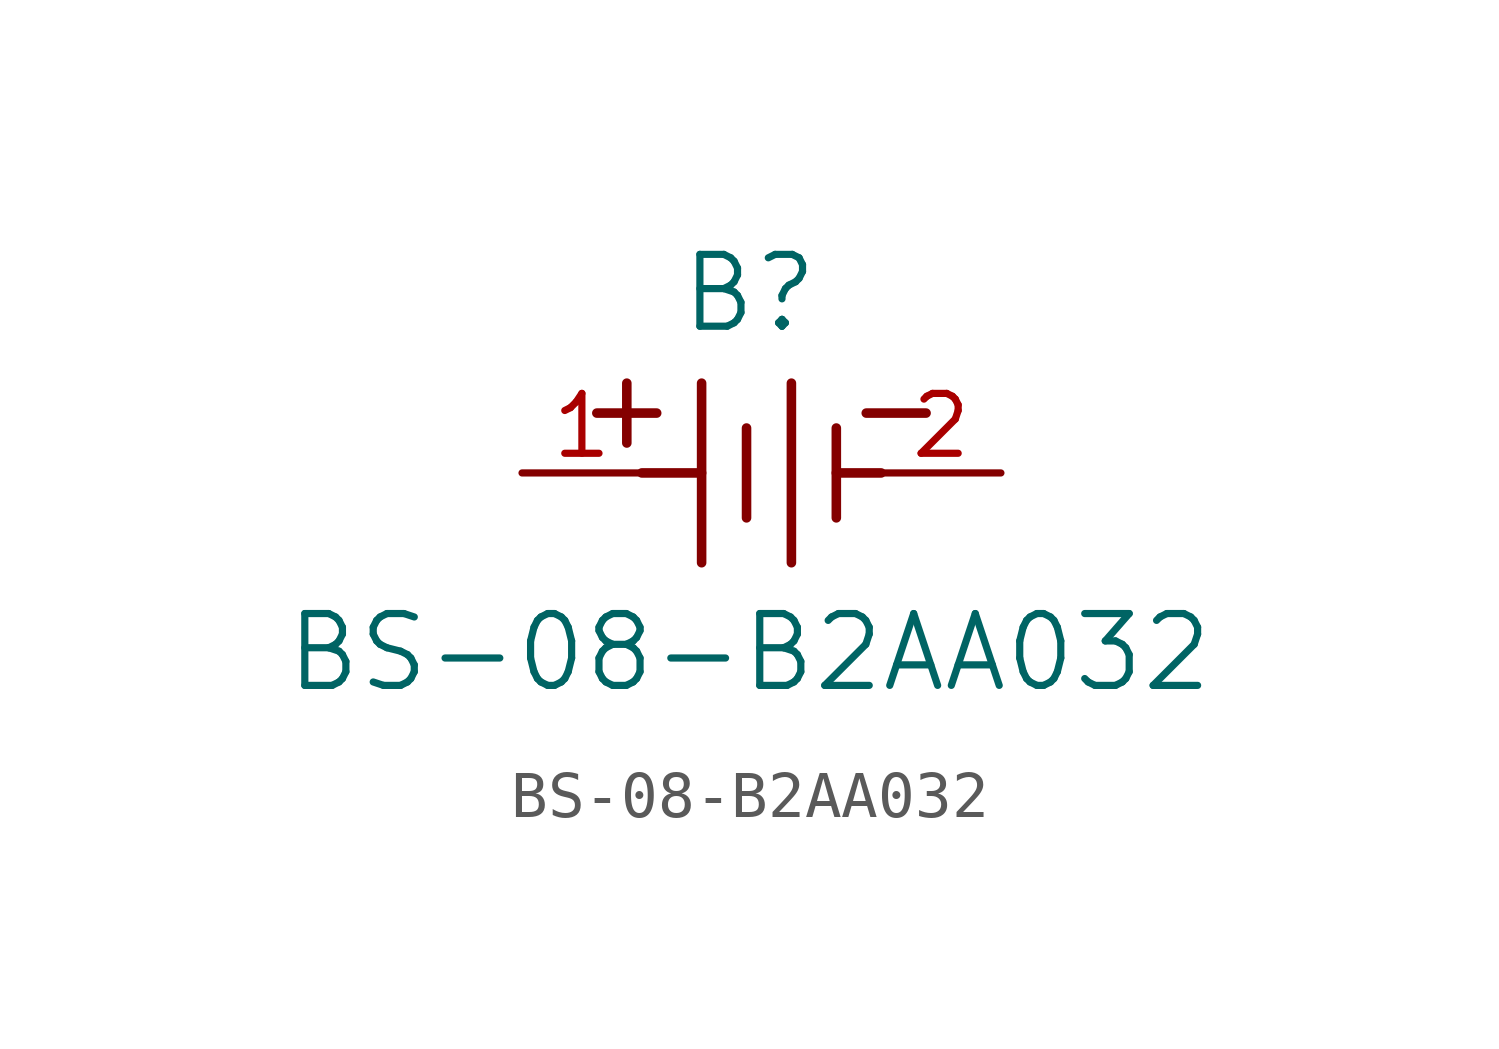
<source format=kicad_sym>
(kicad_symbol_lib
  (version 20211014)
  (generator kicad_symbol_editor)
  (symbol "BS-08-B2AA032"
    (pin_names
      (offset 0.254))
    (property "Reference" "B"
      (at 4.826 3.81 0)
      (effects (font (size 1.524 1.524))))
    (property "Value" "BS-08-B2AA032"
      (at 4.826 -3.81 0)
      (effects (font (size 1.524 1.524))))
    (symbol "BS-08-B2AA032_0_1"
      (polyline (pts (xy 2.223 0.635) (xy 2.223 1.905)) (stroke (width 0.203) (type default) (color 0 0 0 0)) (fill (type none)))
      (polyline (pts (xy 6.668 0) (xy 7.62 0)) (stroke (width 0.203) (type default) (color 0 0 0 0)) (fill (type none)))
      (polyline (pts (xy 3.81 -1.905) (xy 3.81 1.905)) (stroke (width 0.203) (type default) (color 0 0 0 0)) (fill (type none)))
      (polyline (pts (xy 1.587 1.27) (xy 2.857 1.27)) (stroke (width 0.203) (type default) (color 0 0 0 0)) (fill (type none)))
      (polyline (pts (xy 2.54 0) (xy 3.81 0)) (stroke (width 0.203) (type default) (color 0 0 0 0)) (fill (type none)))
      (polyline (pts (xy 5.715 -1.905) (xy 5.715 1.905)) (stroke (width 0.203) (type default) (color 0 0 0 0)) (fill (type none)))
      (polyline (pts (xy 6.668 0.953) (xy 6.668 -0.953)) (stroke (width 0.203) (type default) (color 0 0 0 0)) (fill (type none)))
      (polyline (pts (xy 4.763 0.953) (xy 4.763 -0.953)) (stroke (width 0.203) (type default) (color 0 0 0 0)) (fill (type none)))
      (polyline (pts (xy 7.303 1.27) (xy 8.572 1.27)) (stroke (width 0.203) (type default) (color 0 0 0 0)) (fill (type none)))
      (pin unspecified line (at 0 0 0) (length 2.54) (name "" (effects (font (size 1.27 1.27)))) (number "1" (effects (font (size 1.27 1.27)))))
      (pin unspecified line (at 10.16 0 180) (length 2.54) (name "" (effects (font (size 1.27 1.27)))) (number "2" (effects (font (size 1.27 1.27))))))))
</source>
